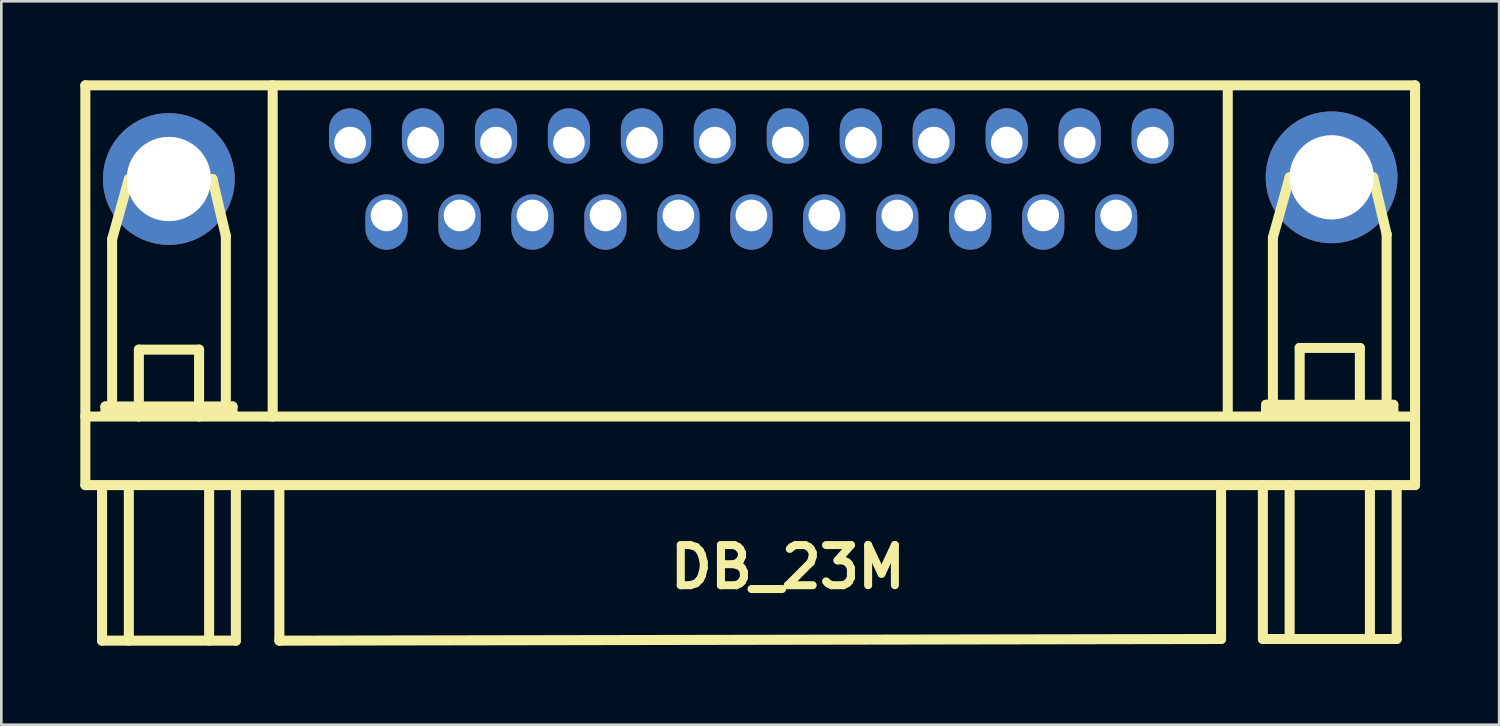
<source format=kicad_pcb>
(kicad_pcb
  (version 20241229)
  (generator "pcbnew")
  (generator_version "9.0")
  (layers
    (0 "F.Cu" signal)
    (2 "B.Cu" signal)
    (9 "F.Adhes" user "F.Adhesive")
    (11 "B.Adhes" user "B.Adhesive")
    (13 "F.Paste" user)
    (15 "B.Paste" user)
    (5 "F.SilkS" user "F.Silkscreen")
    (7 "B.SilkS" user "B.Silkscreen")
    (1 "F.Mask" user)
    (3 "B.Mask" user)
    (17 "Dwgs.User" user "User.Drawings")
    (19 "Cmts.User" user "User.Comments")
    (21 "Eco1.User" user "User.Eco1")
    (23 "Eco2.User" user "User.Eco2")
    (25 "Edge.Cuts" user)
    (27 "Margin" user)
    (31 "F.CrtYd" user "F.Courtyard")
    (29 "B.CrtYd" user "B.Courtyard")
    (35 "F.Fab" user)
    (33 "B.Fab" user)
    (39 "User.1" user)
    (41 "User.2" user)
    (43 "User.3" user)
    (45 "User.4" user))
  (footprint "DB_23M"
    (layer "F.Cu")
    (at 26.86 10.858)
    (property "Reference" "DB_23M" (at 0 7.62 0) (layer "F.SilkS") (effects (font (size 1.524 1.524) (thickness 0.305))))
    (attr through_hole)
    (fp_line (start -26.67 -10.668) (end -26.67 4.508) (stroke (width 0.381) (type solid)) (layer "F.SilkS"))
    (fp_line (start -26.67 1.905) (end 23.749 1.905) (stroke (width 0.381) (type solid)) (layer "F.SilkS"))
    (fp_line (start -26.035 4.572) (end -26.035 10.414) (stroke (width 0.381) (type solid)) (layer "F.SilkS"))
    (fp_line (start -26.035 10.414) (end -20.955 10.414) (stroke (width 0.381) (type solid)) (layer "F.SilkS"))
    (fp_line (start -25.908 1.524) (end -25.908 1.778) (stroke (width 0.381) (type solid)) (layer "F.SilkS"))
    (fp_line (start -25.908 1.778) (end -21.082 1.778) (stroke (width 0.381) (type solid)) (layer "F.SilkS"))
    (fp_line (start -25.654 -4.826) (end -25.019 -7.112) (stroke (width 0.381) (type solid)) (layer "F.SilkS"))
    (fp_line (start -25.654 1.524) (end -25.654 -4.826) (stroke (width 0.381) (type solid)) (layer "F.SilkS"))
    (fp_line (start -25.019 -7.112) (end -21.844 -7.112) (stroke (width 0.381) (type solid)) (layer "F.SilkS"))
    (fp_line (start -25.019 4.572) (end -25.019 10.414) (stroke (width 0.381) (type solid)) (layer "F.SilkS"))
    (fp_line (start -24.638 -0.635) (end -22.352 -0.635) (stroke (width 0.381) (type solid)) (layer "F.SilkS"))
    (fp_line (start -24.638 1.905) (end -24.638 -0.635) (stroke (width 0.381) (type solid)) (layer "F.SilkS"))
    (fp_line (start -22.352 -0.635) (end -22.352 1.905) (stroke (width 0.381) (type solid)) (layer "F.SilkS"))
    (fp_line (start -21.971 4.572) (end -21.971 10.414) (stroke (width 0.381) (type solid)) (layer "F.SilkS"))
    (fp_line (start -21.844 -7.112) (end -21.336 -4.953) (stroke (width 0.381) (type solid)) (layer "F.SilkS"))
    (fp_line (start -21.336 -4.953) (end -21.336 1.524) (stroke (width 0.381) (type solid)) (layer "F.SilkS"))
    (fp_line (start -21.082 1.524) (end -25.908 1.524) (stroke (width 0.381) (type solid)) (layer "F.SilkS"))
    (fp_line (start -21.082 1.778) (end -21.082 1.524) (stroke (width 0.381) (type solid)) (layer "F.SilkS"))
    (fp_line (start -20.955 4.572) (end -20.955 10.414) (stroke (width 0.381) (type solid)) (layer "F.SilkS"))
    (fp_line (start -19.558 1.905) (end -19.558 -10.668) (stroke (width 0.381) (type solid)) (layer "F.SilkS"))
    (fp_line (start -19.304 4.572) (end -19.304 10.414) (stroke (width 0.381) (type solid)) (layer "F.SilkS"))
    (fp_line (start 16.447 10.351) (end -19.304 10.414) (stroke (width 0.381) (type solid)) (layer "F.SilkS"))
    (fp_line (start 16.447 10.351) (end 16.447 4.508) (stroke (width 0.381) (type solid)) (layer "F.SilkS"))
    (fp_line (start 16.701 1.841) (end 16.701 -10.477) (stroke (width 0.381) (type solid)) (layer "F.SilkS"))
    (fp_line (start 18.034 4.508) (end 18.034 10.351) (stroke (width 0.381) (type solid)) (layer "F.SilkS"))
    (fp_line (start 18.034 10.351) (end 23.114 10.351) (stroke (width 0.381) (type solid)) (layer "F.SilkS"))
    (fp_line (start 18.161 1.46) (end 18.161 1.714) (stroke (width 0.381) (type solid)) (layer "F.SilkS"))
    (fp_line (start 18.161 1.46) (end 18.161 1.714) (stroke (width 0.381) (type solid)) (layer "F.SilkS"))
    (fp_line (start 18.161 1.714) (end 22.987 1.714) (stroke (width 0.381) (type solid)) (layer "F.SilkS"))
    (fp_line (start 18.415 -4.889) (end 19.05 -7.176) (stroke (width 0.381) (type solid)) (layer "F.SilkS"))
    (fp_line (start 18.415 1.46) (end 18.415 -4.889) (stroke (width 0.381) (type solid)) (layer "F.SilkS"))
    (fp_line (start 19.05 -7.176) (end 22.225 -7.176) (stroke (width 0.381) (type solid)) (layer "F.SilkS"))
    (fp_line (start 19.05 4.508) (end 19.05 10.351) (stroke (width 0.381) (type solid)) (layer "F.SilkS"))
    (fp_line (start 19.431 -0.699) (end 21.717 -0.699) (stroke (width 0.381) (type solid)) (layer "F.SilkS"))
    (fp_line (start 19.431 1.841) (end 19.431 -0.699) (stroke (width 0.381) (type solid)) (layer "F.SilkS"))
    (fp_line (start 21.717 -0.699) (end 21.717 1.841) (stroke (width 0.381) (type solid)) (layer "F.SilkS"))
    (fp_line (start 22.098 4.508) (end 22.098 10.351) (stroke (width 0.381) (type solid)) (layer "F.SilkS"))
    (fp_line (start 22.225 -7.176) (end 22.733 -5.016) (stroke (width 0.381) (type solid)) (layer "F.SilkS"))
    (fp_line (start 22.733 -5.016) (end 22.733 1.46) (stroke (width 0.381) (type solid)) (layer "F.SilkS"))
    (fp_line (start 22.987 1.46) (end 18.161 1.46) (stroke (width 0.381) (type solid)) (layer "F.SilkS"))
    (fp_line (start 22.987 1.714) (end 22.987 1.46) (stroke (width 0.381) (type solid)) (layer "F.SilkS"))
    (fp_line (start 23.114 4.508) (end 23.114 10.351) (stroke (width 0.381) (type solid)) (layer "F.SilkS"))
    (fp_line (start 23.812 -10.668) (end -26.67 -10.668) (stroke (width 0.381) (type solid)) (layer "F.SilkS"))
    (fp_line (start 23.812 -10.668) (end 23.812 4.508) (stroke (width 0.381) (type solid)) (layer "F.SilkS"))
    (fp_line (start 23.812 4.508) (end -26.67 4.508) (stroke (width 0.381) (type solid)) (layer "F.SilkS"))
    (pad "0" thru_hole circle (at -23.5 -7.112) (size 5.001 5.001) (drill 3.2) (layers "*.Cu" "*.Mask"))
    (pad "0" thru_hole circle (at 20.643 -7.176) (size 5.001 5.001) (drill 3.2) (layers "*.Cu" "*.Mask"))
    (pad "1" thru_hole oval (at -16.619 -8.496) (size 1.6 2.1) (drill 1.2 (offset 0 -0.249)) (layers "*.Cu" "*.Mask"))
    (pad "2" thru_hole oval (at -13.851 -8.496) (size 1.6 2.1) (drill 1.2 (offset 0 -0.249)) (layers "*.Cu" "*.Mask"))
    (pad "3" thru_hole oval (at -11.079 -8.496) (size 1.6 2.1) (drill 1.2 (offset 0 -0.249)) (layers "*.Cu" "*.Mask"))
    (pad "4" thru_hole oval (at -8.311 -8.496) (size 1.6 2.1) (drill 1.2 (offset 0 -0.249)) (layers "*.Cu" "*.Mask"))
    (pad "5" thru_hole oval (at -5.54 -8.496) (size 1.6 2.1) (drill 1.2 (offset 0 -0.249)) (layers "*.Cu" "*.Mask"))
    (pad "6" thru_hole oval (at -2.771 -8.496) (size 1.6 2.1) (drill 1.2 (offset 0 -0.249)) (layers "*.Cu" "*.Mask"))
    (pad "7" thru_hole oval (at 0 -8.496) (size 1.6 2.1) (drill 1.2 (offset 0 -0.249)) (layers "*.Cu" "*.Mask"))
    (pad "8" thru_hole oval (at 2.771 -8.496) (size 1.6 2.1) (drill 1.2 (offset 0 -0.249)) (layers "*.Cu" "*.Mask"))
    (pad "9" thru_hole oval (at 5.54 -8.496) (size 1.6 2.1) (drill 1.2 (offset 0 -0.249)) (layers "*.Cu" "*.Mask"))
    (pad "10" thru_hole oval (at 8.311 -8.496) (size 1.6 2.1) (drill 1.2 (offset 0 -0.249)) (layers "*.Cu" "*.Mask"))
    (pad "11" thru_hole oval (at 11.079 -8.496) (size 1.6 2.1) (drill 1.2 (offset 0 -0.249)) (layers "*.Cu" "*.Mask"))
    (pad "12" thru_hole oval (at 13.851 -8.496) (size 1.6 2.1) (drill 1.2 (offset 0 -0.249)) (layers "*.Cu" "*.Mask"))
    (pad "13" thru_hole oval (at -15.235 -5.728) (size 1.6 2.1) (drill 1.2 (offset 0 0.249)) (layers "*.Cu" "*.Mask"))
    (pad "14" thru_hole oval (at -12.464 -5.728) (size 1.6 2.1) (drill 1.2 (offset 0 0.249)) (layers "*.Cu" "*.Mask"))
    (pad "15" thru_hole oval (at -9.695 -5.728) (size 1.6 2.1) (drill 1.2 (offset 0 0.249)) (layers "*.Cu" "*.Mask"))
    (pad "16" thru_hole oval (at -6.924 -5.728) (size 1.6 2.1) (drill 1.2 (offset 0 0.249)) (layers "*.Cu" "*.Mask"))
    (pad "17" thru_hole oval (at -4.155 -5.728) (size 1.6 2.1) (drill 1.2 (offset 0 0.249)) (layers "*.Cu" "*.Mask"))
    (pad "18" thru_hole oval (at -1.384 -5.728) (size 1.6 2.1) (drill 1.2 (offset 0 0.249)) (layers "*.Cu" "*.Mask"))
    (pad "19" thru_hole oval (at 1.384 -5.728) (size 1.6 2.1) (drill 1.2 (offset 0 0.249)) (layers "*.Cu" "*.Mask"))
    (pad "20" thru_hole oval (at 4.155 -5.728) (size 1.6 2.1) (drill 1.2 (offset 0 0.249)) (layers "*.Cu" "*.Mask"))
    (pad "21" thru_hole oval (at 6.924 -5.728) (size 1.6 2.1) (drill 1.2 (offset 0 0.249)) (layers "*.Cu" "*.Mask"))
    (pad "22" thru_hole oval (at 9.695 -5.728) (size 1.6 2.1) (drill 1.2 (offset 0 0.249)) (layers "*.Cu" "*.Mask"))
    (pad "23" thru_hole oval (at 12.464 -5.728) (size 1.6 2.1) (drill 1.2 (offset 0 0.249)) (layers "*.Cu" "*.Mask")))
  (gr_rect
    (start -3 -3)
    (end 53.864 24.463)
    (stroke (width 0.1) (type default))
    (fill no)
    (layer "Edge.Cuts")))
</source>
